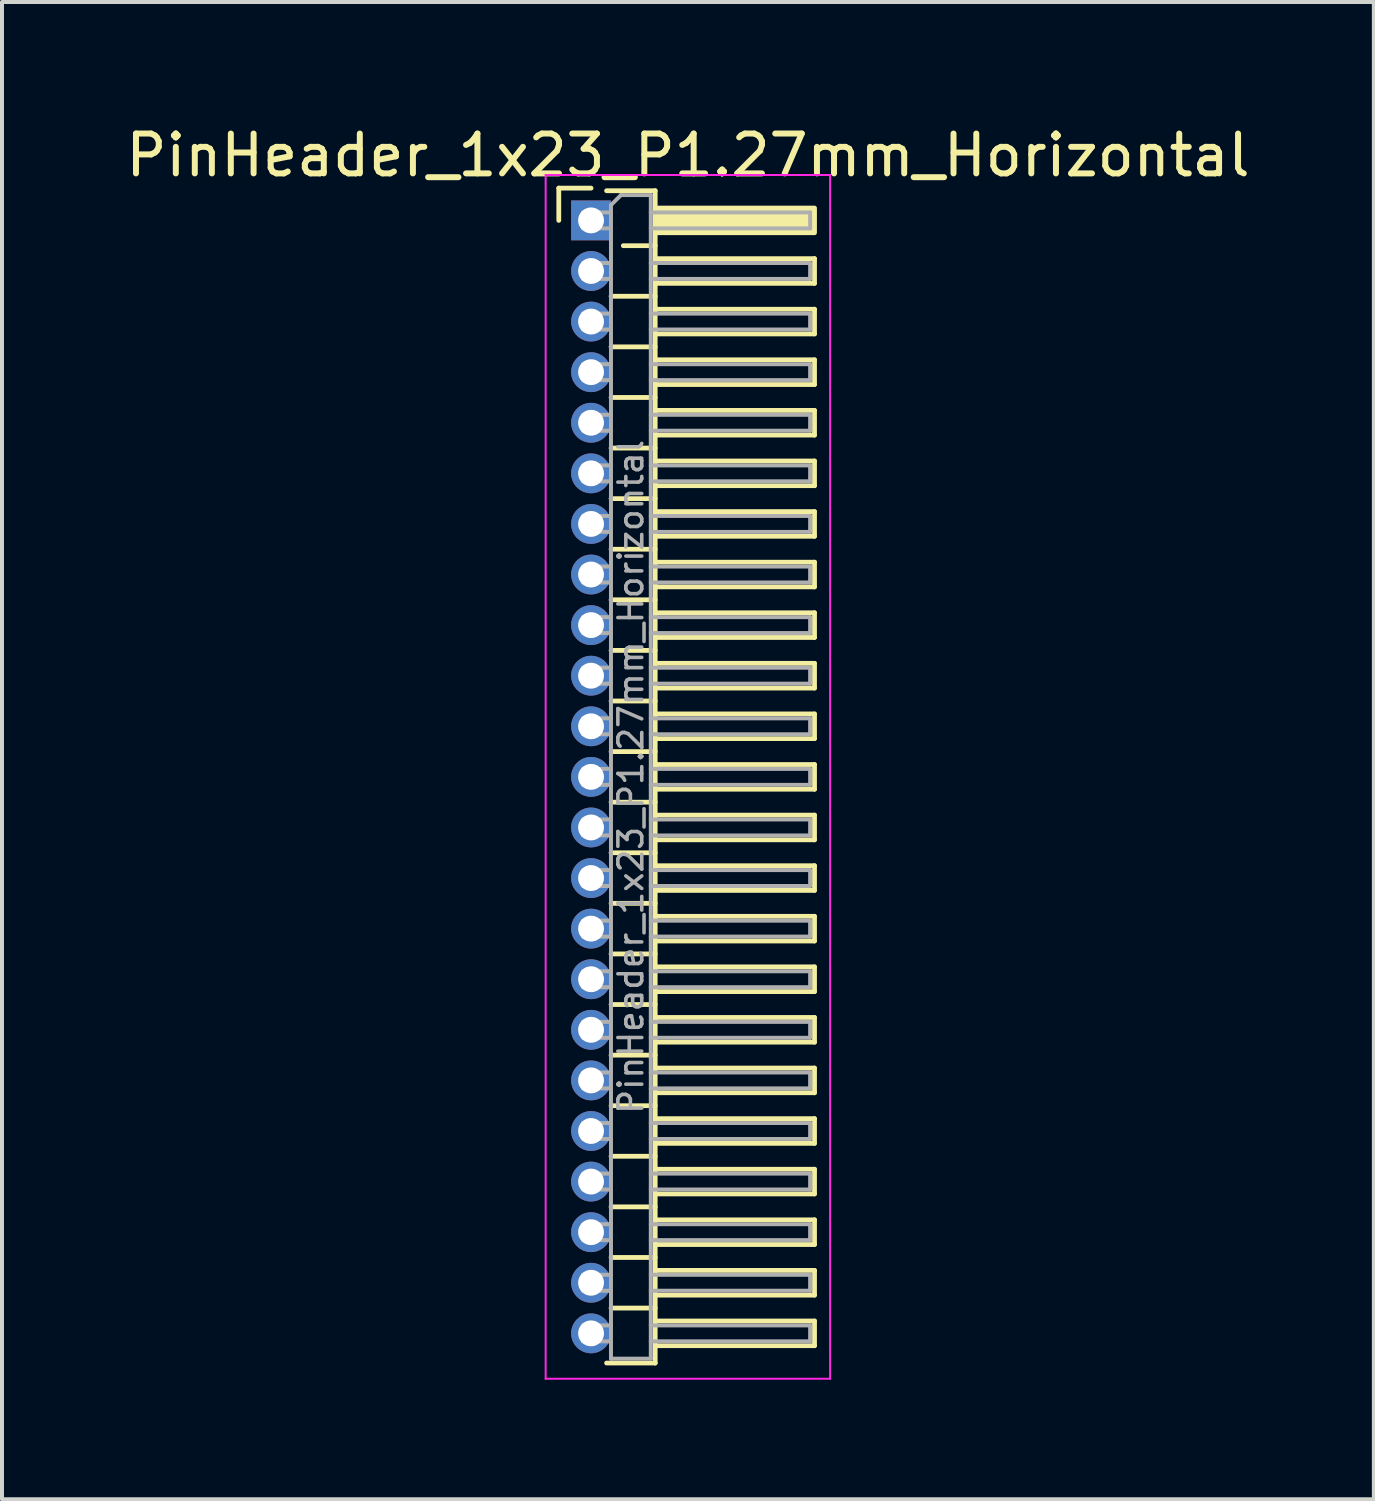
<source format=kicad_pcb>
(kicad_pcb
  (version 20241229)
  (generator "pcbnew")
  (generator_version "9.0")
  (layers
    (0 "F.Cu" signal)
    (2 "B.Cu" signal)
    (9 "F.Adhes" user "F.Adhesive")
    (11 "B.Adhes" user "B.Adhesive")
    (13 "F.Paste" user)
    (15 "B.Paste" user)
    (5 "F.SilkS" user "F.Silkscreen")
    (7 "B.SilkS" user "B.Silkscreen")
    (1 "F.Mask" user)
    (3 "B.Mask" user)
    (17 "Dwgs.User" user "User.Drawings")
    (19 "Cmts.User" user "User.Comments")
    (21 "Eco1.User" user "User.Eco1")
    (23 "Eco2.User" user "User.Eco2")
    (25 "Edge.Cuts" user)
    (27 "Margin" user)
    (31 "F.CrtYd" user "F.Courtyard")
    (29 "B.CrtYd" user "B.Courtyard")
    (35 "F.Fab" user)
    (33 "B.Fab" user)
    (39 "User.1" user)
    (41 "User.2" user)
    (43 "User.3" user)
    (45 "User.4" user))
  (footprint "PinHeader_1x23_P1.27mm_Horizontal"
    (layer "F.Cu")
    (at 11.788 2.483)
    (property "Reference" "PinHeader_1x23_P1.27mm_Horizontal" (at 2.433 -1.635 0) (layer "F.SilkS") (effects (font (size 1 1) (thickness 0.15))))
    (attr through_hole)
    (fp_line (start -0.81 -0.81) (end 0 -0.81) (stroke (width 0.12) (type solid)) (layer "F.SilkS"))
    (fp_line (start -0.81 0) (end -0.81 -0.81) (stroke (width 0.12) (type solid)) (layer "F.SilkS"))
    (fp_line (start 0.39 -0.745) (end 1.61 -0.745) (stroke (width 0.12) (type solid)) (layer "F.SilkS"))
    (fp_line (start 0.503 1.905) (end 1.61 1.905) (stroke (width 0.12) (type solid)) (layer "F.SilkS"))
    (fp_line (start 0.503 3.175) (end 1.61 3.175) (stroke (width 0.12) (type solid)) (layer "F.SilkS"))
    (fp_line (start 0.503 4.445) (end 1.61 4.445) (stroke (width 0.12) (type solid)) (layer "F.SilkS"))
    (fp_line (start 0.503 5.715) (end 1.61 5.715) (stroke (width 0.12) (type solid)) (layer "F.SilkS"))
    (fp_line (start 0.503 6.985) (end 1.61 6.985) (stroke (width 0.12) (type solid)) (layer "F.SilkS"))
    (fp_line (start 0.503 8.255) (end 1.61 8.255) (stroke (width 0.12) (type solid)) (layer "F.SilkS"))
    (fp_line (start 0.503 9.525) (end 1.61 9.525) (stroke (width 0.12) (type solid)) (layer "F.SilkS"))
    (fp_line (start 0.503 10.795) (end 1.61 10.795) (stroke (width 0.12) (type solid)) (layer "F.SilkS"))
    (fp_line (start 0.503 12.065) (end 1.61 12.065) (stroke (width 0.12) (type solid)) (layer "F.SilkS"))
    (fp_line (start 0.503 13.335) (end 1.61 13.335) (stroke (width 0.12) (type solid)) (layer "F.SilkS"))
    (fp_line (start 0.503 14.605) (end 1.61 14.605) (stroke (width 0.12) (type solid)) (layer "F.SilkS"))
    (fp_line (start 0.503 15.875) (end 1.61 15.875) (stroke (width 0.12) (type solid)) (layer "F.SilkS"))
    (fp_line (start 0.503 17.145) (end 1.61 17.145) (stroke (width 0.12) (type solid)) (layer "F.SilkS"))
    (fp_line (start 0.503 18.415) (end 1.61 18.415) (stroke (width 0.12) (type solid)) (layer "F.SilkS"))
    (fp_line (start 0.503 19.685) (end 1.61 19.685) (stroke (width 0.12) (type solid)) (layer "F.SilkS"))
    (fp_line (start 0.503 20.955) (end 1.61 20.955) (stroke (width 0.12) (type solid)) (layer "F.SilkS"))
    (fp_line (start 0.503 22.225) (end 1.61 22.225) (stroke (width 0.12) (type solid)) (layer "F.SilkS"))
    (fp_line (start 0.503 23.495) (end 1.61 23.495) (stroke (width 0.12) (type solid)) (layer "F.SilkS"))
    (fp_line (start 0.503 24.765) (end 1.61 24.765) (stroke (width 0.12) (type solid)) (layer "F.SilkS"))
    (fp_line (start 0.503 26.035) (end 1.61 26.035) (stroke (width 0.12) (type solid)) (layer "F.SilkS"))
    (fp_line (start 0.503 27.305) (end 1.61 27.305) (stroke (width 0.12) (type solid)) (layer "F.SilkS"))
    (fp_line (start 0.81 0.635) (end 1.61 0.635) (stroke (width 0.12) (type solid)) (layer "F.SilkS"))
    (fp_line (start 1.61 -0.745) (end 1.61 28.685) (stroke (width 0.12) (type solid)) (layer "F.SilkS"))
    (fp_line (start 1.61 0.96) (end 5.61 0.96) (stroke (width 0.12) (type solid)) (layer "F.SilkS"))
    (fp_line (start 1.61 2.23) (end 5.61 2.23) (stroke (width 0.12) (type solid)) (layer "F.SilkS"))
    (fp_line (start 1.61 3.5) (end 5.61 3.5) (stroke (width 0.12) (type solid)) (layer "F.SilkS"))
    (fp_line (start 1.61 4.77) (end 5.61 4.77) (stroke (width 0.12) (type solid)) (layer "F.SilkS"))
    (fp_line (start 1.61 6.04) (end 5.61 6.04) (stroke (width 0.12) (type solid)) (layer "F.SilkS"))
    (fp_line (start 1.61 7.31) (end 5.61 7.31) (stroke (width 0.12) (type solid)) (layer "F.SilkS"))
    (fp_line (start 1.61 8.58) (end 5.61 8.58) (stroke (width 0.12) (type solid)) (layer "F.SilkS"))
    (fp_line (start 1.61 9.85) (end 5.61 9.85) (stroke (width 0.12) (type solid)) (layer "F.SilkS"))
    (fp_line (start 1.61 11.12) (end 5.61 11.12) (stroke (width 0.12) (type solid)) (layer "F.SilkS"))
    (fp_line (start 1.61 12.39) (end 5.61 12.39) (stroke (width 0.12) (type solid)) (layer "F.SilkS"))
    (fp_line (start 1.61 13.66) (end 5.61 13.66) (stroke (width 0.12) (type solid)) (layer "F.SilkS"))
    (fp_line (start 1.61 14.93) (end 5.61 14.93) (stroke (width 0.12) (type solid)) (layer "F.SilkS"))
    (fp_line (start 1.61 16.2) (end 5.61 16.2) (stroke (width 0.12) (type solid)) (layer "F.SilkS"))
    (fp_line (start 1.61 17.47) (end 5.61 17.47) (stroke (width 0.12) (type solid)) (layer "F.SilkS"))
    (fp_line (start 1.61 18.74) (end 5.61 18.74) (stroke (width 0.12) (type solid)) (layer "F.SilkS"))
    (fp_line (start 1.61 20.01) (end 5.61 20.01) (stroke (width 0.12) (type solid)) (layer "F.SilkS"))
    (fp_line (start 1.61 21.28) (end 5.61 21.28) (stroke (width 0.12) (type solid)) (layer "F.SilkS"))
    (fp_line (start 1.61 22.55) (end 5.61 22.55) (stroke (width 0.12) (type solid)) (layer "F.SilkS"))
    (fp_line (start 1.61 23.82) (end 5.61 23.82) (stroke (width 0.12) (type solid)) (layer "F.SilkS"))
    (fp_line (start 1.61 25.09) (end 5.61 25.09) (stroke (width 0.12) (type solid)) (layer "F.SilkS"))
    (fp_line (start 1.61 26.36) (end 5.61 26.36) (stroke (width 0.12) (type solid)) (layer "F.SilkS"))
    (fp_line (start 1.61 27.63) (end 5.61 27.63) (stroke (width 0.12) (type solid)) (layer "F.SilkS"))
    (fp_line (start 1.61 28.685) (end 0.39 28.685) (stroke (width 0.12) (type solid)) (layer "F.SilkS"))
    (fp_line (start 5.61 0.96) (end 5.61 1.58) (stroke (width 0.12) (type solid)) (layer "F.SilkS"))
    (fp_line (start 5.61 1.58) (end 1.61 1.58) (stroke (width 0.12) (type solid)) (layer "F.SilkS"))
    (fp_line (start 5.61 2.23) (end 5.61 2.85) (stroke (width 0.12) (type solid)) (layer "F.SilkS"))
    (fp_line (start 5.61 2.85) (end 1.61 2.85) (stroke (width 0.12) (type solid)) (layer "F.SilkS"))
    (fp_line (start 5.61 3.5) (end 5.61 4.12) (stroke (width 0.12) (type solid)) (layer "F.SilkS"))
    (fp_line (start 5.61 4.12) (end 1.61 4.12) (stroke (width 0.12) (type solid)) (layer "F.SilkS"))
    (fp_line (start 5.61 4.77) (end 5.61 5.39) (stroke (width 0.12) (type solid)) (layer "F.SilkS"))
    (fp_line (start 5.61 5.39) (end 1.61 5.39) (stroke (width 0.12) (type solid)) (layer "F.SilkS"))
    (fp_line (start 5.61 6.04) (end 5.61 6.66) (stroke (width 0.12) (type solid)) (layer "F.SilkS"))
    (fp_line (start 5.61 6.66) (end 1.61 6.66) (stroke (width 0.12) (type solid)) (layer "F.SilkS"))
    (fp_line (start 5.61 7.31) (end 5.61 7.93) (stroke (width 0.12) (type solid)) (layer "F.SilkS"))
    (fp_line (start 5.61 7.93) (end 1.61 7.93) (stroke (width 0.12) (type solid)) (layer "F.SilkS"))
    (fp_line (start 5.61 8.58) (end 5.61 9.2) (stroke (width 0.12) (type solid)) (layer "F.SilkS"))
    (fp_line (start 5.61 9.2) (end 1.61 9.2) (stroke (width 0.12) (type solid)) (layer "F.SilkS"))
    (fp_line (start 5.61 9.85) (end 5.61 10.47) (stroke (width 0.12) (type solid)) (layer "F.SilkS"))
    (fp_line (start 5.61 10.47) (end 1.61 10.47) (stroke (width 0.12) (type solid)) (layer "F.SilkS"))
    (fp_line (start 5.61 11.12) (end 5.61 11.74) (stroke (width 0.12) (type solid)) (layer "F.SilkS"))
    (fp_line (start 5.61 11.74) (end 1.61 11.74) (stroke (width 0.12) (type solid)) (layer "F.SilkS"))
    (fp_line (start 5.61 12.39) (end 5.61 13.01) (stroke (width 0.12) (type solid)) (layer "F.SilkS"))
    (fp_line (start 5.61 13.01) (end 1.61 13.01) (stroke (width 0.12) (type solid)) (layer "F.SilkS"))
    (fp_line (start 5.61 13.66) (end 5.61 14.28) (stroke (width 0.12) (type solid)) (layer "F.SilkS"))
    (fp_line (start 5.61 14.28) (end 1.61 14.28) (stroke (width 0.12) (type solid)) (layer "F.SilkS"))
    (fp_line (start 5.61 14.93) (end 5.61 15.55) (stroke (width 0.12) (type solid)) (layer "F.SilkS"))
    (fp_line (start 5.61 15.55) (end 1.61 15.55) (stroke (width 0.12) (type solid)) (layer "F.SilkS"))
    (fp_line (start 5.61 16.2) (end 5.61 16.82) (stroke (width 0.12) (type solid)) (layer "F.SilkS"))
    (fp_line (start 5.61 16.82) (end 1.61 16.82) (stroke (width 0.12) (type solid)) (layer "F.SilkS"))
    (fp_line (start 5.61 17.47) (end 5.61 18.09) (stroke (width 0.12) (type solid)) (layer "F.SilkS"))
    (fp_line (start 5.61 18.09) (end 1.61 18.09) (stroke (width 0.12) (type solid)) (layer "F.SilkS"))
    (fp_line (start 5.61 18.74) (end 5.61 19.36) (stroke (width 0.12) (type solid)) (layer "F.SilkS"))
    (fp_line (start 5.61 19.36) (end 1.61 19.36) (stroke (width 0.12) (type solid)) (layer "F.SilkS"))
    (fp_line (start 5.61 20.01) (end 5.61 20.63) (stroke (width 0.12) (type solid)) (layer "F.SilkS"))
    (fp_line (start 5.61 20.63) (end 1.61 20.63) (stroke (width 0.12) (type solid)) (layer "F.SilkS"))
    (fp_line (start 5.61 21.28) (end 5.61 21.9) (stroke (width 0.12) (type solid)) (layer "F.SilkS"))
    (fp_line (start 5.61 21.9) (end 1.61 21.9) (stroke (width 0.12) (type solid)) (layer "F.SilkS"))
    (fp_line (start 5.61 22.55) (end 5.61 23.17) (stroke (width 0.12) (type solid)) (layer "F.SilkS"))
    (fp_line (start 5.61 23.17) (end 1.61 23.17) (stroke (width 0.12) (type solid)) (layer "F.SilkS"))
    (fp_line (start 5.61 23.82) (end 5.61 24.44) (stroke (width 0.12) (type solid)) (layer "F.SilkS"))
    (fp_line (start 5.61 24.44) (end 1.61 24.44) (stroke (width 0.12) (type solid)) (layer "F.SilkS"))
    (fp_line (start 5.61 25.09) (end 5.61 25.71) (stroke (width 0.12) (type solid)) (layer "F.SilkS"))
    (fp_line (start 5.61 25.71) (end 1.61 25.71) (stroke (width 0.12) (type solid)) (layer "F.SilkS"))
    (fp_line (start 5.61 26.36) (end 5.61 26.98) (stroke (width 0.12) (type solid)) (layer "F.SilkS"))
    (fp_line (start 5.61 26.98) (end 1.61 26.98) (stroke (width 0.12) (type solid)) (layer "F.SilkS"))
    (fp_line (start 5.61 27.63) (end 5.61 28.25) (stroke (width 0.12) (type solid)) (layer "F.SilkS"))
    (fp_line (start 5.61 28.25) (end 1.61 28.25) (stroke (width 0.12) (type solid)) (layer "F.SilkS"))
    (fp_rect (start 1.61 -0.31) (end 5.61 0.31) (stroke (width 0.12) (type solid)) (fill yes) (layer "F.SilkS"))
    (fp_line (start -1.14 -1.14) (end -1.14 29.08) (stroke (width 0.05) (type solid)) (layer "F.CrtYd"))
    (fp_line (start -1.14 29.08) (end 6 29.08) (stroke (width 0.05) (type solid)) (layer "F.CrtYd"))
    (fp_line (start 6 -1.14) (end -1.14 -1.14) (stroke (width 0.05) (type solid)) (layer "F.CrtYd"))
    (fp_line (start 6 29.08) (end 6 -1.14) (stroke (width 0.05) (type solid)) (layer "F.CrtYd"))
    (fp_line (start -0.2 -0.2) (end -0.2 0.2) (stroke (width 0.1) (type solid)) (layer "F.Fab"))
    (fp_line (start -0.2 -0.2) (end 0.5 -0.2) (stroke (width 0.1) (type solid)) (layer "F.Fab"))
    (fp_line (start -0.2 0.2) (end 0.5 0.2) (stroke (width 0.1) (type solid)) (layer "F.Fab"))
    (fp_line (start -0.2 1.07) (end -0.2 1.47) (stroke (width 0.1) (type solid)) (layer "F.Fab"))
    (fp_line (start -0.2 1.07) (end 0.5 1.07) (stroke (width 0.1) (type solid)) (layer "F.Fab"))
    (fp_line (start -0.2 1.47) (end 0.5 1.47) (stroke (width 0.1) (type solid)) (layer "F.Fab"))
    (fp_line (start -0.2 2.34) (end -0.2 2.74) (stroke (width 0.1) (type solid)) (layer "F.Fab"))
    (fp_line (start -0.2 2.34) (end 0.5 2.34) (stroke (width 0.1) (type solid)) (layer "F.Fab"))
    (fp_line (start -0.2 2.74) (end 0.5 2.74) (stroke (width 0.1) (type solid)) (layer "F.Fab"))
    (fp_line (start -0.2 3.61) (end -0.2 4.01) (stroke (width 0.1) (type solid)) (layer "F.Fab"))
    (fp_line (start -0.2 3.61) (end 0.5 3.61) (stroke (width 0.1) (type solid)) (layer "F.Fab"))
    (fp_line (start -0.2 4.01) (end 0.5 4.01) (stroke (width 0.1) (type solid)) (layer "F.Fab"))
    (fp_line (start -0.2 4.88) (end -0.2 5.28) (stroke (width 0.1) (type solid)) (layer "F.Fab"))
    (fp_line (start -0.2 4.88) (end 0.5 4.88) (stroke (width 0.1) (type solid)) (layer "F.Fab"))
    (fp_line (start -0.2 5.28) (end 0.5 5.28) (stroke (width 0.1) (type solid)) (layer "F.Fab"))
    (fp_line (start -0.2 6.15) (end -0.2 6.55) (stroke (width 0.1) (type solid)) (layer "F.Fab"))
    (fp_line (start -0.2 6.15) (end 0.5 6.15) (stroke (width 0.1) (type solid)) (layer "F.Fab"))
    (fp_line (start -0.2 6.55) (end 0.5 6.55) (stroke (width 0.1) (type solid)) (layer "F.Fab"))
    (fp_line (start -0.2 7.42) (end -0.2 7.82) (stroke (width 0.1) (type solid)) (layer "F.Fab"))
    (fp_line (start -0.2 7.42) (end 0.5 7.42) (stroke (width 0.1) (type solid)) (layer "F.Fab"))
    (fp_line (start -0.2 7.82) (end 0.5 7.82) (stroke (width 0.1) (type solid)) (layer "F.Fab"))
    (fp_line (start -0.2 8.69) (end -0.2 9.09) (stroke (width 0.1) (type solid)) (layer "F.Fab"))
    (fp_line (start -0.2 8.69) (end 0.5 8.69) (stroke (width 0.1) (type solid)) (layer "F.Fab"))
    (fp_line (start -0.2 9.09) (end 0.5 9.09) (stroke (width 0.1) (type solid)) (layer "F.Fab"))
    (fp_line (start -0.2 9.96) (end -0.2 10.36) (stroke (width 0.1) (type solid)) (layer "F.Fab"))
    (fp_line (start -0.2 9.96) (end 0.5 9.96) (stroke (width 0.1) (type solid)) (layer "F.Fab"))
    (fp_line (start -0.2 10.36) (end 0.5 10.36) (stroke (width 0.1) (type solid)) (layer "F.Fab"))
    (fp_line (start -0.2 11.23) (end -0.2 11.63) (stroke (width 0.1) (type solid)) (layer "F.Fab"))
    (fp_line (start -0.2 11.23) (end 0.5 11.23) (stroke (width 0.1) (type solid)) (layer "F.Fab"))
    (fp_line (start -0.2 11.63) (end 0.5 11.63) (stroke (width 0.1) (type solid)) (layer "F.Fab"))
    (fp_line (start -0.2 12.5) (end -0.2 12.9) (stroke (width 0.1) (type solid)) (layer "F.Fab"))
    (fp_line (start -0.2 12.5) (end 0.5 12.5) (stroke (width 0.1) (type solid)) (layer "F.Fab"))
    (fp_line (start -0.2 12.9) (end 0.5 12.9) (stroke (width 0.1) (type solid)) (layer "F.Fab"))
    (fp_line (start -0.2 13.77) (end -0.2 14.17) (stroke (width 0.1) (type solid)) (layer "F.Fab"))
    (fp_line (start -0.2 13.77) (end 0.5 13.77) (stroke (width 0.1) (type solid)) (layer "F.Fab"))
    (fp_line (start -0.2 14.17) (end 0.5 14.17) (stroke (width 0.1) (type solid)) (layer "F.Fab"))
    (fp_line (start -0.2 15.04) (end -0.2 15.44) (stroke (width 0.1) (type solid)) (layer "F.Fab"))
    (fp_line (start -0.2 15.04) (end 0.5 15.04) (stroke (width 0.1) (type solid)) (layer "F.Fab"))
    (fp_line (start -0.2 15.44) (end 0.5 15.44) (stroke (width 0.1) (type solid)) (layer "F.Fab"))
    (fp_line (start -0.2 16.31) (end -0.2 16.71) (stroke (width 0.1) (type solid)) (layer "F.Fab"))
    (fp_line (start -0.2 16.31) (end 0.5 16.31) (stroke (width 0.1) (type solid)) (layer "F.Fab"))
    (fp_line (start -0.2 16.71) (end 0.5 16.71) (stroke (width 0.1) (type solid)) (layer "F.Fab"))
    (fp_line (start -0.2 17.58) (end -0.2 17.98) (stroke (width 0.1) (type solid)) (layer "F.Fab"))
    (fp_line (start -0.2 17.58) (end 0.5 17.58) (stroke (width 0.1) (type solid)) (layer "F.Fab"))
    (fp_line (start -0.2 17.98) (end 0.5 17.98) (stroke (width 0.1) (type solid)) (layer "F.Fab"))
    (fp_line (start -0.2 18.85) (end -0.2 19.25) (stroke (width 0.1) (type solid)) (layer "F.Fab"))
    (fp_line (start -0.2 18.85) (end 0.5 18.85) (stroke (width 0.1) (type solid)) (layer "F.Fab"))
    (fp_line (start -0.2 19.25) (end 0.5 19.25) (stroke (width 0.1) (type solid)) (layer "F.Fab"))
    (fp_line (start -0.2 20.12) (end -0.2 20.52) (stroke (width 0.1) (type solid)) (layer "F.Fab"))
    (fp_line (start -0.2 20.12) (end 0.5 20.12) (stroke (width 0.1) (type solid)) (layer "F.Fab"))
    (fp_line (start -0.2 20.52) (end 0.5 20.52) (stroke (width 0.1) (type solid)) (layer "F.Fab"))
    (fp_line (start -0.2 21.39) (end -0.2 21.79) (stroke (width 0.1) (type solid)) (layer "F.Fab"))
    (fp_line (start -0.2 21.39) (end 0.5 21.39) (stroke (width 0.1) (type solid)) (layer "F.Fab"))
    (fp_line (start -0.2 21.79) (end 0.5 21.79) (stroke (width 0.1) (type solid)) (layer "F.Fab"))
    (fp_line (start -0.2 22.66) (end -0.2 23.06) (stroke (width 0.1) (type solid)) (layer "F.Fab"))
    (fp_line (start -0.2 22.66) (end 0.5 22.66) (stroke (width 0.1) (type solid)) (layer "F.Fab"))
    (fp_line (start -0.2 23.06) (end 0.5 23.06) (stroke (width 0.1) (type solid)) (layer "F.Fab"))
    (fp_line (start -0.2 23.93) (end -0.2 24.33) (stroke (width 0.1) (type solid)) (layer "F.Fab"))
    (fp_line (start -0.2 23.93) (end 0.5 23.93) (stroke (width 0.1) (type solid)) (layer "F.Fab"))
    (fp_line (start -0.2 24.33) (end 0.5 24.33) (stroke (width 0.1) (type solid)) (layer "F.Fab"))
    (fp_line (start -0.2 25.2) (end -0.2 25.6) (stroke (width 0.1) (type solid)) (layer "F.Fab"))
    (fp_line (start -0.2 25.2) (end 0.5 25.2) (stroke (width 0.1) (type solid)) (layer "F.Fab"))
    (fp_line (start -0.2 25.6) (end 0.5 25.6) (stroke (width 0.1) (type solid)) (layer "F.Fab"))
    (fp_line (start -0.2 26.47) (end -0.2 26.87) (stroke (width 0.1) (type solid)) (layer "F.Fab"))
    (fp_line (start -0.2 26.47) (end 0.5 26.47) (stroke (width 0.1) (type solid)) (layer "F.Fab"))
    (fp_line (start -0.2 26.87) (end 0.5 26.87) (stroke (width 0.1) (type solid)) (layer "F.Fab"))
    (fp_line (start -0.2 27.74) (end -0.2 28.14) (stroke (width 0.1) (type solid)) (layer "F.Fab"))
    (fp_line (start -0.2 27.74) (end 0.5 27.74) (stroke (width 0.1) (type solid)) (layer "F.Fab"))
    (fp_line (start -0.2 28.14) (end 0.5 28.14) (stroke (width 0.1) (type solid)) (layer "F.Fab"))
    (fp_line (start 0.5 -0.385) (end 0.75 -0.635) (stroke (width 0.1) (type solid)) (layer "F.Fab"))
    (fp_line (start 0.5 28.575) (end 0.5 -0.385) (stroke (width 0.1) (type solid)) (layer "F.Fab"))
    (fp_line (start 0.75 -0.635) (end 1.5 -0.635) (stroke (width 0.1) (type solid)) (layer "F.Fab"))
    (fp_line (start 1.5 -0.635) (end 1.5 28.575) (stroke (width 0.1) (type solid)) (layer "F.Fab"))
    (fp_line (start 1.5 -0.2) (end 5.5 -0.2) (stroke (width 0.1) (type solid)) (layer "F.Fab"))
    (fp_line (start 1.5 0.2) (end 5.5 0.2) (stroke (width 0.1) (type solid)) (layer "F.Fab"))
    (fp_line (start 1.5 1.07) (end 5.5 1.07) (stroke (width 0.1) (type solid)) (layer "F.Fab"))
    (fp_line (start 1.5 1.47) (end 5.5 1.47) (stroke (width 0.1) (type solid)) (layer "F.Fab"))
    (fp_line (start 1.5 2.34) (end 5.5 2.34) (stroke (width 0.1) (type solid)) (layer "F.Fab"))
    (fp_line (start 1.5 2.74) (end 5.5 2.74) (stroke (width 0.1) (type solid)) (layer "F.Fab"))
    (fp_line (start 1.5 3.61) (end 5.5 3.61) (stroke (width 0.1) (type solid)) (layer "F.Fab"))
    (fp_line (start 1.5 4.01) (end 5.5 4.01) (stroke (width 0.1) (type solid)) (layer "F.Fab"))
    (fp_line (start 1.5 4.88) (end 5.5 4.88) (stroke (width 0.1) (type solid)) (layer "F.Fab"))
    (fp_line (start 1.5 5.28) (end 5.5 5.28) (stroke (width 0.1) (type solid)) (layer "F.Fab"))
    (fp_line (start 1.5 6.15) (end 5.5 6.15) (stroke (width 0.1) (type solid)) (layer "F.Fab"))
    (fp_line (start 1.5 6.55) (end 5.5 6.55) (stroke (width 0.1) (type solid)) (layer "F.Fab"))
    (fp_line (start 1.5 7.42) (end 5.5 7.42) (stroke (width 0.1) (type solid)) (layer "F.Fab"))
    (fp_line (start 1.5 7.82) (end 5.5 7.82) (stroke (width 0.1) (type solid)) (layer "F.Fab"))
    (fp_line (start 1.5 8.69) (end 5.5 8.69) (stroke (width 0.1) (type solid)) (layer "F.Fab"))
    (fp_line (start 1.5 9.09) (end 5.5 9.09) (stroke (width 0.1) (type solid)) (layer "F.Fab"))
    (fp_line (start 1.5 9.96) (end 5.5 9.96) (stroke (width 0.1) (type solid)) (layer "F.Fab"))
    (fp_line (start 1.5 10.36) (end 5.5 10.36) (stroke (width 0.1) (type solid)) (layer "F.Fab"))
    (fp_line (start 1.5 11.23) (end 5.5 11.23) (stroke (width 0.1) (type solid)) (layer "F.Fab"))
    (fp_line (start 1.5 11.63) (end 5.5 11.63) (stroke (width 0.1) (type solid)) (layer "F.Fab"))
    (fp_line (start 1.5 12.5) (end 5.5 12.5) (stroke (width 0.1) (type solid)) (layer "F.Fab"))
    (fp_line (start 1.5 12.9) (end 5.5 12.9) (stroke (width 0.1) (type solid)) (layer "F.Fab"))
    (fp_line (start 1.5 13.77) (end 5.5 13.77) (stroke (width 0.1) (type solid)) (layer "F.Fab"))
    (fp_line (start 1.5 14.17) (end 5.5 14.17) (stroke (width 0.1) (type solid)) (layer "F.Fab"))
    (fp_line (start 1.5 15.04) (end 5.5 15.04) (stroke (width 0.1) (type solid)) (layer "F.Fab"))
    (fp_line (start 1.5 15.44) (end 5.5 15.44) (stroke (width 0.1) (type solid)) (layer "F.Fab"))
    (fp_line (start 1.5 16.31) (end 5.5 16.31) (stroke (width 0.1) (type solid)) (layer "F.Fab"))
    (fp_line (start 1.5 16.71) (end 5.5 16.71) (stroke (width 0.1) (type solid)) (layer "F.Fab"))
    (fp_line (start 1.5 17.58) (end 5.5 17.58) (stroke (width 0.1) (type solid)) (layer "F.Fab"))
    (fp_line (start 1.5 17.98) (end 5.5 17.98) (stroke (width 0.1) (type solid)) (layer "F.Fab"))
    (fp_line (start 1.5 18.85) (end 5.5 18.85) (stroke (width 0.1) (type solid)) (layer "F.Fab"))
    (fp_line (start 1.5 19.25) (end 5.5 19.25) (stroke (width 0.1) (type solid)) (layer "F.Fab"))
    (fp_line (start 1.5 20.12) (end 5.5 20.12) (stroke (width 0.1) (type solid)) (layer "F.Fab"))
    (fp_line (start 1.5 20.52) (end 5.5 20.52) (stroke (width 0.1) (type solid)) (layer "F.Fab"))
    (fp_line (start 1.5 21.39) (end 5.5 21.39) (stroke (width 0.1) (type solid)) (layer "F.Fab"))
    (fp_line (start 1.5 21.79) (end 5.5 21.79) (stroke (width 0.1) (type solid)) (layer "F.Fab"))
    (fp_line (start 1.5 22.66) (end 5.5 22.66) (stroke (width 0.1) (type solid)) (layer "F.Fab"))
    (fp_line (start 1.5 23.06) (end 5.5 23.06) (stroke (width 0.1) (type solid)) (layer "F.Fab"))
    (fp_line (start 1.5 23.93) (end 5.5 23.93) (stroke (width 0.1) (type solid)) (layer "F.Fab"))
    (fp_line (start 1.5 24.33) (end 5.5 24.33) (stroke (width 0.1) (type solid)) (layer "F.Fab"))
    (fp_line (start 1.5 25.2) (end 5.5 25.2) (stroke (width 0.1) (type solid)) (layer "F.Fab"))
    (fp_line (start 1.5 25.6) (end 5.5 25.6) (stroke (width 0.1) (type solid)) (layer "F.Fab"))
    (fp_line (start 1.5 26.47) (end 5.5 26.47) (stroke (width 0.1) (type solid)) (layer "F.Fab"))
    (fp_line (start 1.5 26.87) (end 5.5 26.87) (stroke (width 0.1) (type solid)) (layer "F.Fab"))
    (fp_line (start 1.5 27.74) (end 5.5 27.74) (stroke (width 0.1) (type solid)) (layer "F.Fab"))
    (fp_line (start 1.5 28.14) (end 5.5 28.14) (stroke (width 0.1) (type solid)) (layer "F.Fab"))
    (fp_line (start 1.5 28.575) (end 0.5 28.575) (stroke (width 0.1) (type solid)) (layer "F.Fab"))
    (fp_line (start 5.5 -0.2) (end 5.5 0.2) (stroke (width 0.1) (type solid)) (layer "F.Fab"))
    (fp_line (start 5.5 1.07) (end 5.5 1.47) (stroke (width 0.1) (type solid)) (layer "F.Fab"))
    (fp_line (start 5.5 2.34) (end 5.5 2.74) (stroke (width 0.1) (type solid)) (layer "F.Fab"))
    (fp_line (start 5.5 3.61) (end 5.5 4.01) (stroke (width 0.1) (type solid)) (layer "F.Fab"))
    (fp_line (start 5.5 4.88) (end 5.5 5.28) (stroke (width 0.1) (type solid)) (layer "F.Fab"))
    (fp_line (start 5.5 6.15) (end 5.5 6.55) (stroke (width 0.1) (type solid)) (layer "F.Fab"))
    (fp_line (start 5.5 7.42) (end 5.5 7.82) (stroke (width 0.1) (type solid)) (layer "F.Fab"))
    (fp_line (start 5.5 8.69) (end 5.5 9.09) (stroke (width 0.1) (type solid)) (layer "F.Fab"))
    (fp_line (start 5.5 9.96) (end 5.5 10.36) (stroke (width 0.1) (type solid)) (layer "F.Fab"))
    (fp_line (start 5.5 11.23) (end 5.5 11.63) (stroke (width 0.1) (type solid)) (layer "F.Fab"))
    (fp_line (start 5.5 12.5) (end 5.5 12.9) (stroke (width 0.1) (type solid)) (layer "F.Fab"))
    (fp_line (start 5.5 13.77) (end 5.5 14.17) (stroke (width 0.1) (type solid)) (layer "F.Fab"))
    (fp_line (start 5.5 15.04) (end 5.5 15.44) (stroke (width 0.1) (type solid)) (layer "F.Fab"))
    (fp_line (start 5.5 16.31) (end 5.5 16.71) (stroke (width 0.1) (type solid)) (layer "F.Fab"))
    (fp_line (start 5.5 17.58) (end 5.5 17.98) (stroke (width 0.1) (type solid)) (layer "F.Fab"))
    (fp_line (start 5.5 18.85) (end 5.5 19.25) (stroke (width 0.1) (type solid)) (layer "F.Fab"))
    (fp_line (start 5.5 20.12) (end 5.5 20.52) (stroke (width 0.1) (type solid)) (layer "F.Fab"))
    (fp_line (start 5.5 21.39) (end 5.5 21.79) (stroke (width 0.1) (type solid)) (layer "F.Fab"))
    (fp_line (start 5.5 22.66) (end 5.5 23.06) (stroke (width 0.1) (type solid)) (layer "F.Fab"))
    (fp_line (start 5.5 23.93) (end 5.5 24.33) (stroke (width 0.1) (type solid)) (layer "F.Fab"))
    (fp_line (start 5.5 25.2) (end 5.5 25.6) (stroke (width 0.1) (type solid)) (layer "F.Fab"))
    (fp_line (start 5.5 26.47) (end 5.5 26.87) (stroke (width 0.1) (type solid)) (layer "F.Fab"))
    (fp_line (start 5.5 27.74) (end 5.5 28.14) (stroke (width 0.1) (type solid)) (layer "F.Fab"))
    (fp_text user "${REFERENCE}" (at 1 13.97 90) (layer "F.Fab") (effects (font (size 0.6 0.6) (thickness 0.09))))
    (pad "1" thru_hole rect (at 0 0) (size 1 1) (drill 0.65) (layers "*.Cu" "*.Mask"))
    (pad "2" thru_hole circle (at 0 1.27) (size 1 1) (drill 0.65) (layers "*.Cu" "*.Mask"))
    (pad "3" thru_hole circle (at 0 2.54) (size 1 1) (drill 0.65) (layers "*.Cu" "*.Mask"))
    (pad "4" thru_hole circle (at 0 3.81) (size 1 1) (drill 0.65) (layers "*.Cu" "*.Mask"))
    (pad "5" thru_hole circle (at 0 5.08) (size 1 1) (drill 0.65) (layers "*.Cu" "*.Mask"))
    (pad "6" thru_hole circle (at 0 6.35) (size 1 1) (drill 0.65) (layers "*.Cu" "*.Mask"))
    (pad "7" thru_hole circle (at 0 7.62) (size 1 1) (drill 0.65) (layers "*.Cu" "*.Mask"))
    (pad "8" thru_hole circle (at 0 8.89) (size 1 1) (drill 0.65) (layers "*.Cu" "*.Mask"))
    (pad "9" thru_hole circle (at 0 10.16) (size 1 1) (drill 0.65) (layers "*.Cu" "*.Mask"))
    (pad "10" thru_hole circle (at 0 11.43) (size 1 1) (drill 0.65) (layers "*.Cu" "*.Mask"))
    (pad "11" thru_hole circle (at 0 12.7) (size 1 1) (drill 0.65) (layers "*.Cu" "*.Mask"))
    (pad "12" thru_hole circle (at 0 13.97) (size 1 1) (drill 0.65) (layers "*.Cu" "*.Mask"))
    (pad "13" thru_hole circle (at 0 15.24) (size 1 1) (drill 0.65) (layers "*.Cu" "*.Mask"))
    (pad "14" thru_hole circle (at 0 16.51) (size 1 1) (drill 0.65) (layers "*.Cu" "*.Mask"))
    (pad "15" thru_hole circle (at 0 17.78) (size 1 1) (drill 0.65) (layers "*.Cu" "*.Mask"))
    (pad "16" thru_hole circle (at 0 19.05) (size 1 1) (drill 0.65) (layers "*.Cu" "*.Mask"))
    (pad "17" thru_hole circle (at 0 20.32) (size 1 1) (drill 0.65) (layers "*.Cu" "*.Mask"))
    (pad "18" thru_hole circle (at 0 21.59) (size 1 1) (drill 0.65) (layers "*.Cu" "*.Mask"))
    (pad "19" thru_hole circle (at 0 22.86) (size 1 1) (drill 0.65) (layers "*.Cu" "*.Mask"))
    (pad "20" thru_hole circle (at 0 24.13) (size 1 1) (drill 0.65) (layers "*.Cu" "*.Mask"))
    (pad "21" thru_hole circle (at 0 25.4) (size 1 1) (drill 0.65) (layers "*.Cu" "*.Mask"))
    (pad "22" thru_hole circle (at 0 26.67) (size 1 1) (drill 0.65) (layers "*.Cu" "*.Mask"))
    (pad "23" thru_hole circle (at 0 27.94) (size 1 1) (drill 0.65) (layers "*.Cu" "*.Mask")))
  (gr_rect
    (start -3 -3)
    (end 31.44 34.588)
    (stroke (width 0.1) (type default))
    (fill no)
    (layer "Edge.Cuts")))
</source>
